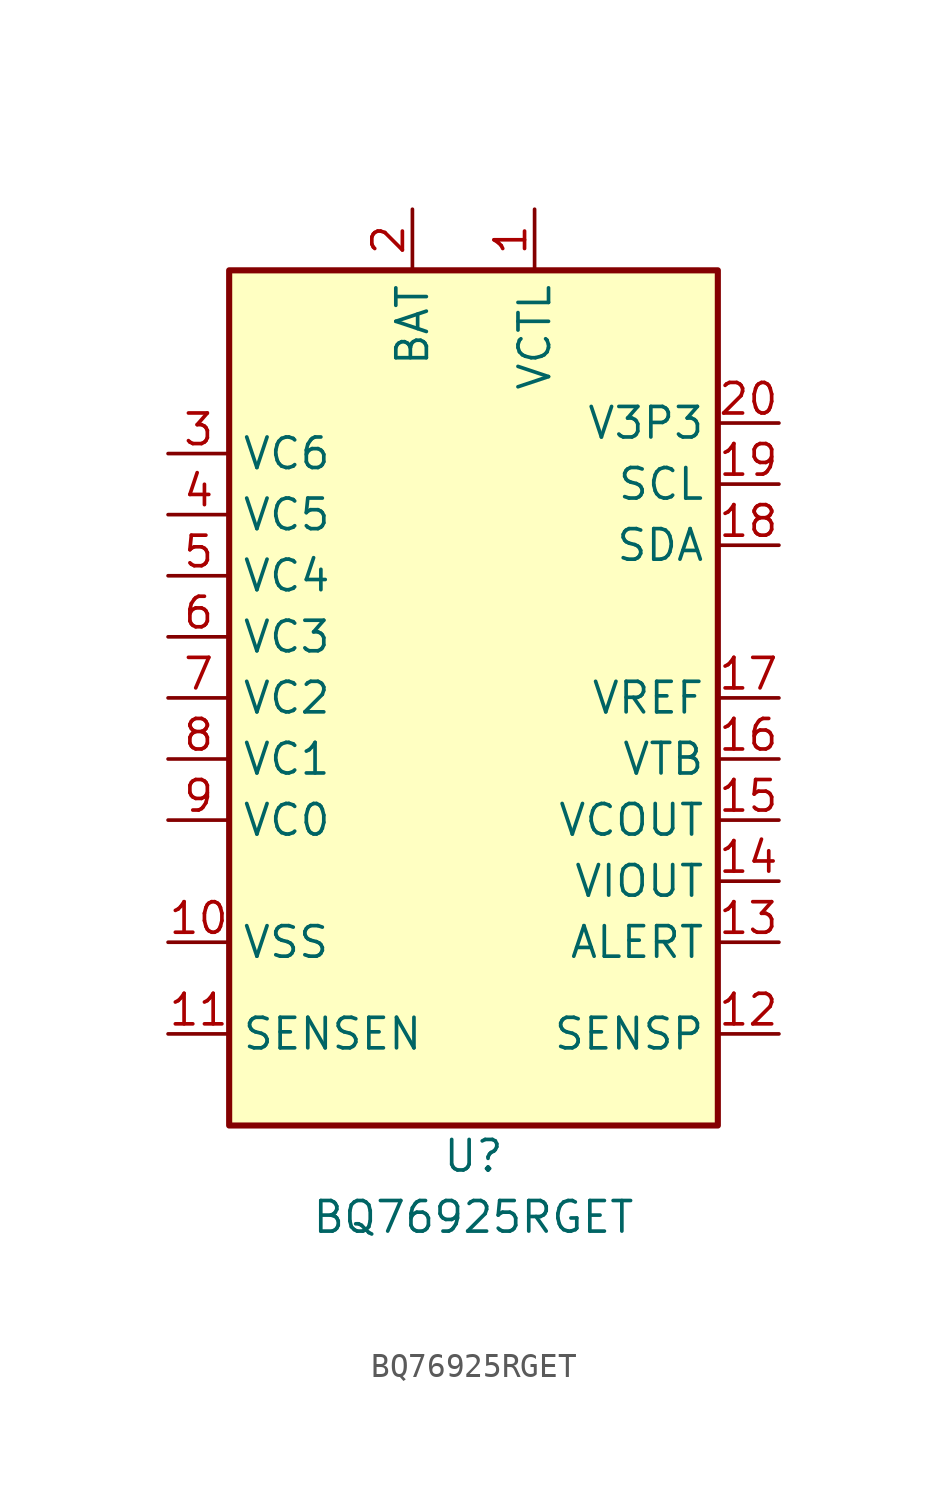
<source format=kicad_sym>
(kicad_symbol_lib
  (version 20211014)
  (generator kicad_symbol_editor)
  (symbol "BQ76925RGET"
    (property "Reference" "U"
      (at 0 -21.59 0)
      (effects (font (size 1.27 1.27))))
    (property "Value" "BQ76925RGET"
      (at 0 -24.13 0)
      (effects (font (size 1.27 1.27))))
    (symbol "BQ76925RGET_0_0"
      (text "" (at -8.89 -22.86 0) (effects (font (size 1.27 1.27))))
      (text "" (at -8.89 -21.59 0) (effects (font (size 1.27 1.27)))))
    (symbol "BQ76925RGET_0_1"
      (rectangle (start -10.16 15.24) (end 10.16 -20.32) (stroke (width 0.254) (type default) (color 0 0 0 0)) (fill (type background))))
    (symbol "BQ76925RGET_1_0"
      (pin output line (at 2.54 17.78 270) (length 2.54) (name "VCTL" (effects (font (size 1.27 1.27)))) (number "1" (effects (font (size 1.27 1.27)))))
      (pin no_connect line (at -5.08 -19.05 90) (length 2.54) hide (name "NC" (effects (font (size 1.27 1.27)))) (number "10" (effects (font (size 1.27 1.27)))))
      (pin power_in line (at -12.7 -12.7 0) (length 2.54) (name "VSS" (effects (font (size 1.27 1.27)))) (number "10" (effects (font (size 1.27 1.27)))))
      (pin input line (at -12.7 -16.51 0) (length 2.54) (name "SENSEN" (effects (font (size 1.27 1.27)))) (number "11" (effects (font (size 1.27 1.27)))))
      (pin input line (at 12.7 -16.51 180) (length 2.54) (name "SENSP" (effects (font (size 1.27 1.27)))) (number "12" (effects (font (size 1.27 1.27)))))
      (pin output line (at 12.7 -12.7 180) (length 2.54) (name "ALERT" (effects (font (size 1.27 1.27)))) (number "13" (effects (font (size 1.27 1.27)))))
      (pin output line (at 12.7 -10.16 180) (length 2.54) (name "VIOUT" (effects (font (size 1.27 1.27)))) (number "14" (effects (font (size 1.27 1.27)))))
      (pin output line (at 12.7 -7.62 180) (length 2.54) (name "VCOUT" (effects (font (size 1.27 1.27)))) (number "15" (effects (font (size 1.27 1.27)))))
      (pin output line (at 12.7 -5.08 180) (length 2.54) (name "VTB" (effects (font (size 1.27 1.27)))) (number "16" (effects (font (size 1.27 1.27)))))
      (pin output line (at 12.7 -2.54 180) (length 2.54) (name "VREF" (effects (font (size 1.27 1.27)))) (number "17" (effects (font (size 1.27 1.27)))))
      (pin bidirectional line (at 12.7 3.81 180) (length 2.54) (name "SDA" (effects (font (size 1.27 1.27)))) (number "18" (effects (font (size 1.27 1.27)))))
      (pin input line (at 12.7 6.35 180) (length 2.54) (name "SCL" (effects (font (size 1.27 1.27)))) (number "19" (effects (font (size 1.27 1.27)))))
      (pin power_in line (at -2.54 17.78 270) (length 2.54) (name "BAT" (effects (font (size 1.27 1.27)))) (number "2" (effects (font (size 1.27 1.27)))))
      (pin input line (at 12.7 8.89 180) (length 2.54) (name "V3P3" (effects (font (size 1.27 1.27)))) (number "20" (effects (font (size 1.27 1.27)))))
      (pin no_connect line (at 6.35 -19.05 90) (length 2.54) hide (name "NC" (effects (font (size 1.27 1.27)))) (number "21" (effects (font (size 1.27 1.27)))))
      (pin no_connect line (at 8.89 -19.05 90) (length 2.54) hide (name "NC" (effects (font (size 1.27 1.27)))) (number "22" (effects (font (size 1.27 1.27)))))
      (pin input line (at -12.7 7.62 0) (length 2.54) (name "VC6" (effects (font (size 1.27 1.27)))) (number "3" (effects (font (size 1.27 1.27)))))
      (pin input line (at -12.7 5.08 0) (length 2.54) (name "VC5" (effects (font (size 1.27 1.27)))) (number "4" (effects (font (size 1.27 1.27)))))
      (pin input line (at -12.7 2.54 0) (length 2.54) (name "VC4" (effects (font (size 1.27 1.27)))) (number "5" (effects (font (size 1.27 1.27)))))
      (pin input line (at -12.7 0 0) (length 2.54) (name "VC3" (effects (font (size 1.27 1.27)))) (number "6" (effects (font (size 1.27 1.27)))))
      (pin input line (at -12.7 -2.54 0) (length 2.54) (name "VC2" (effects (font (size 1.27 1.27)))) (number "7" (effects (font (size 1.27 1.27)))))
      (pin input line (at -12.7 -5.08 0) (length 2.54) (name "VC1" (effects (font (size 1.27 1.27)))) (number "8" (effects (font (size 1.27 1.27)))))
      (pin no_connect line (at -7.62 -19.05 90) (length 2.54) hide (name "NC" (effects (font (size 1.27 1.27)))) (number "9" (effects (font (size 1.27 1.27)))))
      (pin input line (at -12.7 -7.62 0) (length 2.54) (name "VC0" (effects (font (size 1.27 1.27)))) (number "9" (effects (font (size 1.27 1.27))))))))
</source>
